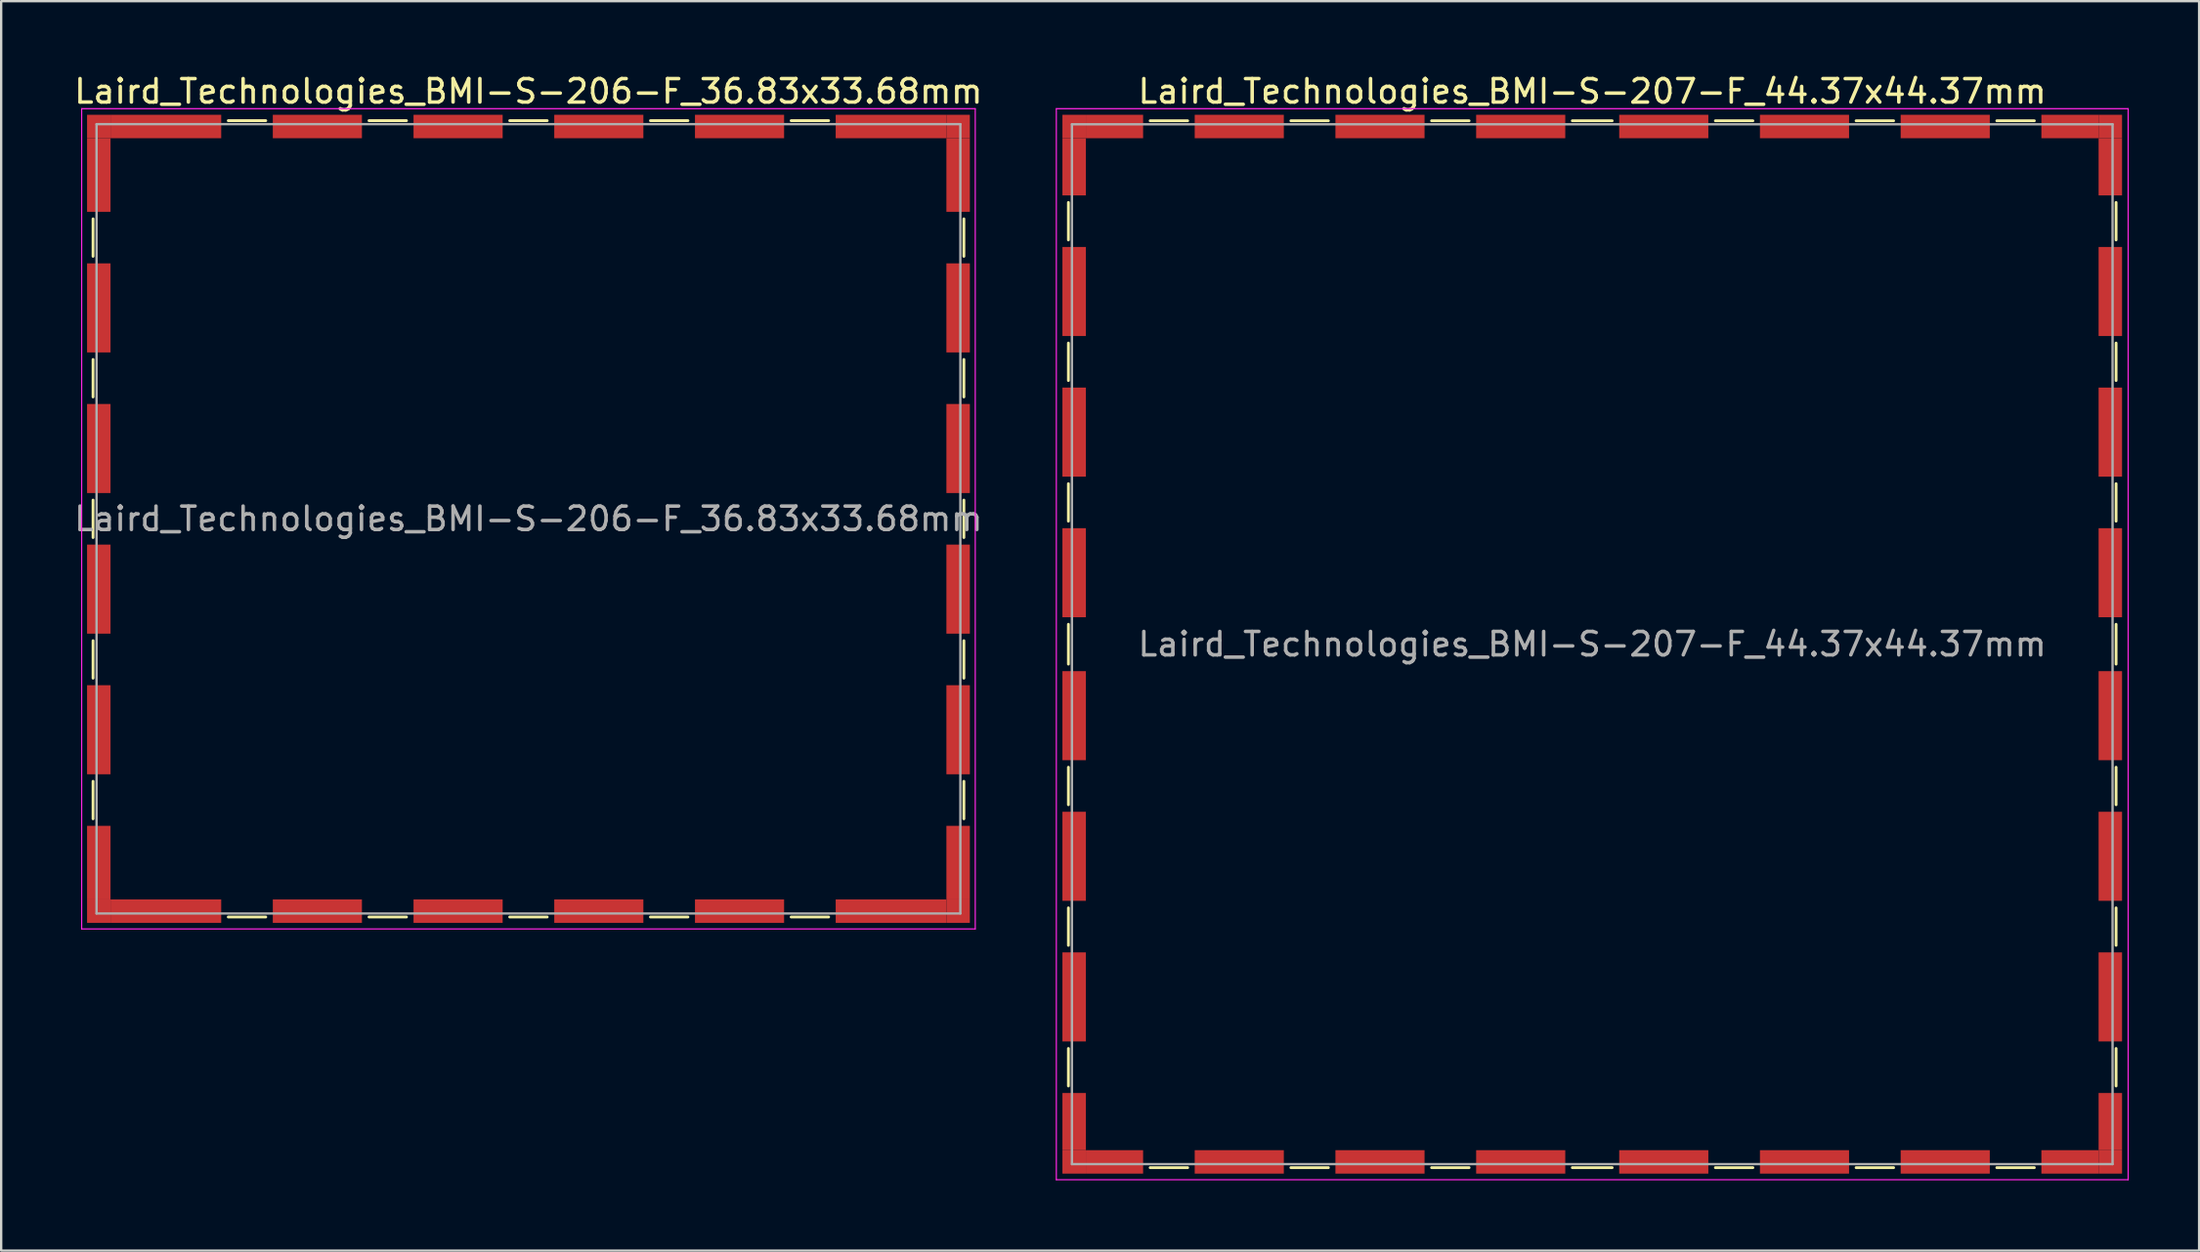
<source format=kicad_pcb>
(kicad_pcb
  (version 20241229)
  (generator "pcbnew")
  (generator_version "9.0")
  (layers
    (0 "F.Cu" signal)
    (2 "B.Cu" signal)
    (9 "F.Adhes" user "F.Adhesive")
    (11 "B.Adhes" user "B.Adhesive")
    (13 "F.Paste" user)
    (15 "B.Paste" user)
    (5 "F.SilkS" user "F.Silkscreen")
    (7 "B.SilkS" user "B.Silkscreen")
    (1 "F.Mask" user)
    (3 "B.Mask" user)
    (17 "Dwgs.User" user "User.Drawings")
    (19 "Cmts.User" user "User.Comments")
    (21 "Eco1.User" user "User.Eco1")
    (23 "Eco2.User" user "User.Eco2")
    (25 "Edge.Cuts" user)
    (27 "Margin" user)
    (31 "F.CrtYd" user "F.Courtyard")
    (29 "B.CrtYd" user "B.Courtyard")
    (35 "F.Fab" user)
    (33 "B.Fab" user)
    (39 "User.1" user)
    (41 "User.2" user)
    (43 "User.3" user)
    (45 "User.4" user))
  (footprint "Laird_Technologies_BMI-S-206-F_36.83x33.68mm"
    (layer "F.Cu")
    (at 19.482 19.088)
    (property "Reference" "Laird_Technologies_BMI-S-206-F_36.83x33.68mm" (at 0 -18.24 0) (layer "F.SilkS") (effects (font (size 1 1) (thickness 0.15))))
    (attr smd)
    (fp_line (start -18.565 -12.8) (end -18.565 -11.2) (stroke (width 0.12) (type solid)) (layer "F.SilkS"))
    (fp_line (start -18.565 -6.8) (end -18.565 -5.2) (stroke (width 0.12) (type solid)) (layer "F.SilkS"))
    (fp_line (start -18.565 -0.8) (end -18.565 0.8) (stroke (width 0.12) (type solid)) (layer "F.SilkS"))
    (fp_line (start -18.565 5.2) (end -18.565 6.8) (stroke (width 0.12) (type solid)) (layer "F.SilkS"))
    (fp_line (start -18.565 11.2) (end -18.565 12.8) (stroke (width 0.12) (type solid)) (layer "F.SilkS"))
    (fp_line (start -12.8 -16.99) (end -11.2 -16.99) (stroke (width 0.12) (type solid)) (layer "F.SilkS"))
    (fp_line (start -12.8 16.99) (end -11.2 16.99) (stroke (width 0.12) (type solid)) (layer "F.SilkS"))
    (fp_line (start -6.8 -16.99) (end -5.2 -16.99) (stroke (width 0.12) (type solid)) (layer "F.SilkS"))
    (fp_line (start -6.8 16.99) (end -5.2 16.99) (stroke (width 0.12) (type solid)) (layer "F.SilkS"))
    (fp_line (start -0.8 -16.99) (end 0.8 -16.99) (stroke (width 0.12) (type solid)) (layer "F.SilkS"))
    (fp_line (start -0.8 16.99) (end 0.8 16.99) (stroke (width 0.12) (type solid)) (layer "F.SilkS"))
    (fp_line (start 5.2 -16.99) (end 6.8 -16.99) (stroke (width 0.12) (type solid)) (layer "F.SilkS"))
    (fp_line (start 5.2 16.99) (end 6.8 16.99) (stroke (width 0.12) (type solid)) (layer "F.SilkS"))
    (fp_line (start 11.2 -16.99) (end 12.8 -16.99) (stroke (width 0.12) (type solid)) (layer "F.SilkS"))
    (fp_line (start 11.2 16.99) (end 12.8 16.99) (stroke (width 0.12) (type solid)) (layer "F.SilkS"))
    (fp_line (start 18.565 -12.8) (end 18.565 -11.2) (stroke (width 0.12) (type solid)) (layer "F.SilkS"))
    (fp_line (start 18.565 -6.8) (end 18.565 -5.2) (stroke (width 0.12) (type solid)) (layer "F.SilkS"))
    (fp_line (start 18.565 -0.8) (end 18.565 0.8) (stroke (width 0.12) (type solid)) (layer "F.SilkS"))
    (fp_line (start 18.565 5.2) (end 18.565 6.8) (stroke (width 0.12) (type solid)) (layer "F.SilkS"))
    (fp_line (start 18.565 11.2) (end 18.565 12.8) (stroke (width 0.12) (type solid)) (layer "F.SilkS"))
    (fp_line (start -19.05 -17.5) (end -19.05 17.5) (stroke (width 0.05) (type solid)) (layer "F.CrtYd"))
    (fp_line (start -19.05 17.5) (end 19.05 17.5) (stroke (width 0.05) (type solid)) (layer "F.CrtYd"))
    (fp_line (start 19.05 -17.5) (end -19.05 -17.5) (stroke (width 0.05) (type solid)) (layer "F.CrtYd"))
    (fp_line (start 19.05 17.5) (end 19.05 -17.5) (stroke (width 0.05) (type solid)) (layer "F.CrtYd"))
    (fp_line (start -18.415 -16.84) (end -18.415 16.84) (stroke (width 0.1) (type solid)) (layer "F.Fab"))
    (fp_line (start -18.415 16.84) (end 18.415 16.84) (stroke (width 0.1) (type solid)) (layer "F.Fab"))
    (fp_line (start 18.415 -16.84) (end -18.415 -16.84) (stroke (width 0.1) (type solid)) (layer "F.Fab"))
    (fp_line (start 18.415 16.84) (end 18.415 -16.84) (stroke (width 0.1) (type solid)) (layer "F.Fab"))
    (fp_text user "${REFERENCE}" (at 0 0 0) (layer "F.Fab") (effects (font (size 1 1) (thickness 0.15))))
    (pad "1" smd rect (at -18.32 -16.74) (size 1 1) (layers "F.Cu" "F.Mask"))
    (pad "1" smd rect (at -18.32 -14.67) (size 1 3.14) (layers "F.Cu" "F.Mask"))
    (pad "1" smd rect (at -18.32 -9) (size 1 3.8) (layers "F.Cu" "F.Mask"))
    (pad "1" smd rect (at -18.32 -3) (size 1 3.8) (layers "F.Cu" "F.Mask"))
    (pad "1" smd rect (at -18.32 3) (size 1 3.8) (layers "F.Cu" "F.Mask"))
    (pad "1" smd rect (at -18.32 9) (size 1 3.8) (layers "F.Cu" "F.Mask"))
    (pad "1" smd rect (at -18.32 14.67) (size 1 3.14) (layers "F.Cu" "F.Mask"))
    (pad "1" smd rect (at -18.32 16.74) (size 1 1) (layers "F.Cu" "F.Mask"))
    (pad "1" smd rect (at -15.46 -16.74) (size 4.72 1) (layers "F.Cu" "F.Mask"))
    (pad "1" smd rect (at -15.46 16.74) (size 4.72 1) (layers "F.Cu" "F.Mask"))
    (pad "1" smd rect (at -9 -16.74) (size 3.8 1) (layers "F.Cu" "F.Mask"))
    (pad "1" smd rect (at -9 16.74) (size 3.8 1) (layers "F.Cu" "F.Mask"))
    (pad "1" smd rect (at -3 -16.74) (size 3.8 1) (layers "F.Cu" "F.Mask"))
    (pad "1" smd rect (at -3 16.74) (size 3.8 1) (layers "F.Cu" "F.Mask"))
    (pad "1" smd rect (at 3 -16.74) (size 3.8 1) (layers "F.Cu" "F.Mask"))
    (pad "1" smd rect (at 3 16.74) (size 3.8 1) (layers "F.Cu" "F.Mask"))
    (pad "1" smd rect (at 9 -16.74) (size 3.8 1) (layers "F.Cu" "F.Mask"))
    (pad "1" smd rect (at 9 16.74) (size 3.8 1) (layers "F.Cu" "F.Mask"))
    (pad "1" smd rect (at 15.46 -16.74) (size 4.72 1) (layers "F.Cu" "F.Mask"))
    (pad "1" smd rect (at 15.46 16.74) (size 4.72 1) (layers "F.Cu" "F.Mask"))
    (pad "1" smd rect (at 18.32 -16.74) (size 1 1) (layers "F.Cu" "F.Mask"))
    (pad "1" smd rect (at 18.32 -14.67) (size 1 3.14) (layers "F.Cu" "F.Mask"))
    (pad "1" smd rect (at 18.32 -9) (size 1 3.8) (layers "F.Cu" "F.Mask"))
    (pad "1" smd rect (at 18.32 -3) (size 1 3.8) (layers "F.Cu" "F.Mask"))
    (pad "1" smd rect (at 18.32 3) (size 1 3.8) (layers "F.Cu" "F.Mask"))
    (pad "1" smd rect (at 18.32 9) (size 1 3.8) (layers "F.Cu" "F.Mask"))
    (pad "1" smd rect (at 18.32 14.67) (size 1 3.14) (layers "F.Cu" "F.Mask"))
    (pad "1" smd rect (at 18.32 16.74) (size 1 1) (layers "F.Cu" "F.Mask")))
  (footprint "Laird_Technologies_BMI-S-207-F_44.37x44.37mm"
    (layer "F.Cu")
    (at 64.839 24.438)
    (property "Reference" "Laird_Technologies_BMI-S-207-F_44.37x44.37mm" (at 0 -23.59 0) (layer "F.SilkS") (effects (font (size 1 1) (thickness 0.15))))
    (attr smd)
    (fp_line (start -22.335 -18.85) (end -22.335 -17.25) (stroke (width 0.12) (type solid)) (layer "F.SilkS"))
    (fp_line (start -22.335 -12.85) (end -22.335 -11.25) (stroke (width 0.12) (type solid)) (layer "F.SilkS"))
    (fp_line (start -22.335 -6.85) (end -22.335 -5.25) (stroke (width 0.12) (type solid)) (layer "F.SilkS"))
    (fp_line (start -22.335 -0.85) (end -22.335 0.85) (stroke (width 0.12) (type solid)) (layer "F.SilkS"))
    (fp_line (start -22.335 5.25) (end -22.335 6.85) (stroke (width 0.12) (type solid)) (layer "F.SilkS"))
    (fp_line (start -22.335 11.25) (end -22.335 12.85) (stroke (width 0.12) (type solid)) (layer "F.SilkS"))
    (fp_line (start -22.335 17.25) (end -22.335 18.85) (stroke (width 0.12) (type solid)) (layer "F.SilkS"))
    (fp_line (start -18.85 -22.335) (end -17.25 -22.335) (stroke (width 0.12) (type solid)) (layer "F.SilkS"))
    (fp_line (start -18.85 22.335) (end -17.25 22.335) (stroke (width 0.12) (type solid)) (layer "F.SilkS"))
    (fp_line (start -12.85 -22.335) (end -11.25 -22.335) (stroke (width 0.12) (type solid)) (layer "F.SilkS"))
    (fp_line (start -12.85 22.335) (end -11.25 22.335) (stroke (width 0.12) (type solid)) (layer "F.SilkS"))
    (fp_line (start -6.85 -22.335) (end -5.25 -22.335) (stroke (width 0.12) (type solid)) (layer "F.SilkS"))
    (fp_line (start -6.85 22.335) (end -5.25 22.335) (stroke (width 0.12) (type solid)) (layer "F.SilkS"))
    (fp_line (start -0.85 -22.335) (end 0.85 -22.335) (stroke (width 0.12) (type solid)) (layer "F.SilkS"))
    (fp_line (start -0.85 22.335) (end 0.85 22.335) (stroke (width 0.12) (type solid)) (layer "F.SilkS"))
    (fp_line (start 5.25 -22.335) (end 6.85 -22.335) (stroke (width 0.12) (type solid)) (layer "F.SilkS"))
    (fp_line (start 5.25 22.335) (end 6.85 22.335) (stroke (width 0.12) (type solid)) (layer "F.SilkS"))
    (fp_line (start 11.25 -22.335) (end 12.85 -22.335) (stroke (width 0.12) (type solid)) (layer "F.SilkS"))
    (fp_line (start 11.25 22.335) (end 12.85 22.335) (stroke (width 0.12) (type solid)) (layer "F.SilkS"))
    (fp_line (start 17.25 -22.335) (end 18.85 -22.335) (stroke (width 0.12) (type solid)) (layer "F.SilkS"))
    (fp_line (start 17.25 22.335) (end 18.85 22.335) (stroke (width 0.12) (type solid)) (layer "F.SilkS"))
    (fp_line (start 22.335 -18.85) (end 22.335 -17.25) (stroke (width 0.12) (type solid)) (layer "F.SilkS"))
    (fp_line (start 22.335 -12.85) (end 22.335 -11.25) (stroke (width 0.12) (type solid)) (layer "F.SilkS"))
    (fp_line (start 22.335 -6.85) (end 22.335 -5.25) (stroke (width 0.12) (type solid)) (layer "F.SilkS"))
    (fp_line (start 22.335 -0.85) (end 22.335 0.85) (stroke (width 0.12) (type solid)) (layer "F.SilkS"))
    (fp_line (start 22.335 5.25) (end 22.335 6.85) (stroke (width 0.12) (type solid)) (layer "F.SilkS"))
    (fp_line (start 22.335 11.25) (end 22.335 12.85) (stroke (width 0.12) (type solid)) (layer "F.SilkS"))
    (fp_line (start 22.335 17.25) (end 22.335 18.85) (stroke (width 0.12) (type solid)) (layer "F.SilkS"))
    (fp_line (start -22.85 -22.85) (end -22.85 22.85) (stroke (width 0.05) (type solid)) (layer "F.CrtYd"))
    (fp_line (start -22.85 22.85) (end 22.85 22.85) (stroke (width 0.05) (type solid)) (layer "F.CrtYd"))
    (fp_line (start 22.85 -22.85) (end -22.85 -22.85) (stroke (width 0.05) (type solid)) (layer "F.CrtYd"))
    (fp_line (start 22.85 22.85) (end 22.85 -22.85) (stroke (width 0.05) (type solid)) (layer "F.CrtYd"))
    (fp_line (start -22.185 -22.185) (end -22.185 22.185) (stroke (width 0.1) (type solid)) (layer "F.Fab"))
    (fp_line (start -22.185 22.185) (end 22.185 22.185) (stroke (width 0.1) (type solid)) (layer "F.Fab"))
    (fp_line (start 22.185 -22.185) (end -22.185 -22.185) (stroke (width 0.1) (type solid)) (layer "F.Fab"))
    (fp_line (start 22.185 22.185) (end 22.185 -22.185) (stroke (width 0.1) (type solid)) (layer "F.Fab"))
    (fp_text user "${REFERENCE}" (at 0 0 0) (layer "F.Fab") (effects (font (size 1 1) (thickness 0.15))))
    (pad "1" smd rect (at -22.09 -22.09) (size 1 1) (layers "F.Cu" "F.Mask"))
    (pad "1" smd rect (at -22.09 -20.37) (size 1 2.44) (layers "F.Cu" "F.Mask"))
    (pad "1" smd rect (at -22.09 -15.05) (size 1 3.8) (layers "F.Cu" "F.Mask"))
    (pad "1" smd rect (at -22.09 -9.05) (size 1 3.8) (layers "F.Cu" "F.Mask"))
    (pad "1" smd rect (at -22.09 -3.05) (size 1 3.8) (layers "F.Cu" "F.Mask"))
    (pad "1" smd rect (at -22.09 3.05) (size 1 3.8) (layers "F.Cu" "F.Mask"))
    (pad "1" smd rect (at -22.09 9.05) (size 1 3.8) (layers "F.Cu" "F.Mask"))
    (pad "1" smd rect (at -22.09 15.05) (size 1 3.8) (layers "F.Cu" "F.Mask"))
    (pad "1" smd rect (at -22.09 20.37) (size 1 2.44) (layers "F.Cu" "F.Mask"))
    (pad "1" smd rect (at -22.09 22.09) (size 1 1) (layers "F.Cu" "F.Mask"))
    (pad "1" smd rect (at -20.37 -22.09) (size 2.44 1) (layers "F.Cu" "F.Mask"))
    (pad "1" smd rect (at -20.37 22.09) (size 2.44 1) (layers "F.Cu" "F.Mask"))
    (pad "1" smd rect (at -15.05 -22.09) (size 3.8 1) (layers "F.Cu" "F.Mask"))
    (pad "1" smd rect (at -15.05 22.09) (size 3.8 1) (layers "F.Cu" "F.Mask"))
    (pad "1" smd rect (at -9.05 -22.09) (size 3.8 1) (layers "F.Cu" "F.Mask"))
    (pad "1" smd rect (at -9.05 22.09) (size 3.8 1) (layers "F.Cu" "F.Mask"))
    (pad "1" smd rect (at -3.05 -22.09) (size 3.8 1) (layers "F.Cu" "F.Mask"))
    (pad "1" smd rect (at -3.05 22.09) (size 3.8 1) (layers "F.Cu" "F.Mask"))
    (pad "1" smd rect (at 3.05 -22.09) (size 3.8 1) (layers "F.Cu" "F.Mask"))
    (pad "1" smd rect (at 3.05 22.09) (size 3.8 1) (layers "F.Cu" "F.Mask"))
    (pad "1" smd rect (at 9.05 -22.09) (size 3.8 1) (layers "F.Cu" "F.Mask"))
    (pad "1" smd rect (at 9.05 22.09) (size 3.8 1) (layers "F.Cu" "F.Mask"))
    (pad "1" smd rect (at 15.05 -22.09) (size 3.8 1) (layers "F.Cu" "F.Mask"))
    (pad "1" smd rect (at 15.05 22.09) (size 3.8 1) (layers "F.Cu" "F.Mask"))
    (pad "1" smd rect (at 20.37 -22.09) (size 2.44 1) (layers "F.Cu" "F.Mask"))
    (pad "1" smd rect (at 20.37 22.09) (size 2.44 1) (layers "F.Cu" "F.Mask"))
    (pad "1" smd rect (at 22.09 -22.09) (size 1 1) (layers "F.Cu" "F.Mask"))
    (pad "1" smd rect (at 22.09 -20.37) (size 1 2.44) (layers "F.Cu" "F.Mask"))
    (pad "1" smd rect (at 22.09 -15.05) (size 1 3.8) (layers "F.Cu" "F.Mask"))
    (pad "1" smd rect (at 22.09 -9.05) (size 1 3.8) (layers "F.Cu" "F.Mask"))
    (pad "1" smd rect (at 22.09 -3.05) (size 1 3.8) (layers "F.Cu" "F.Mask"))
    (pad "1" smd rect (at 22.09 3.05) (size 1 3.8) (layers "F.Cu" "F.Mask"))
    (pad "1" smd rect (at 22.09 9.05) (size 1 3.8) (layers "F.Cu" "F.Mask"))
    (pad "1" smd rect (at 22.09 15.05) (size 1 3.8) (layers "F.Cu" "F.Mask"))
    (pad "1" smd rect (at 22.09 20.37) (size 1 2.44) (layers "F.Cu" "F.Mask"))
    (pad "1" smd rect (at 22.09 22.09) (size 1 1) (layers "F.Cu" "F.Mask")))
  (gr_rect
    (start -3 -3)
    (end 90.714 50.313)
    (stroke (width 0.1) (type default))
    (fill no)
    (layer "Edge.Cuts")))
</source>
